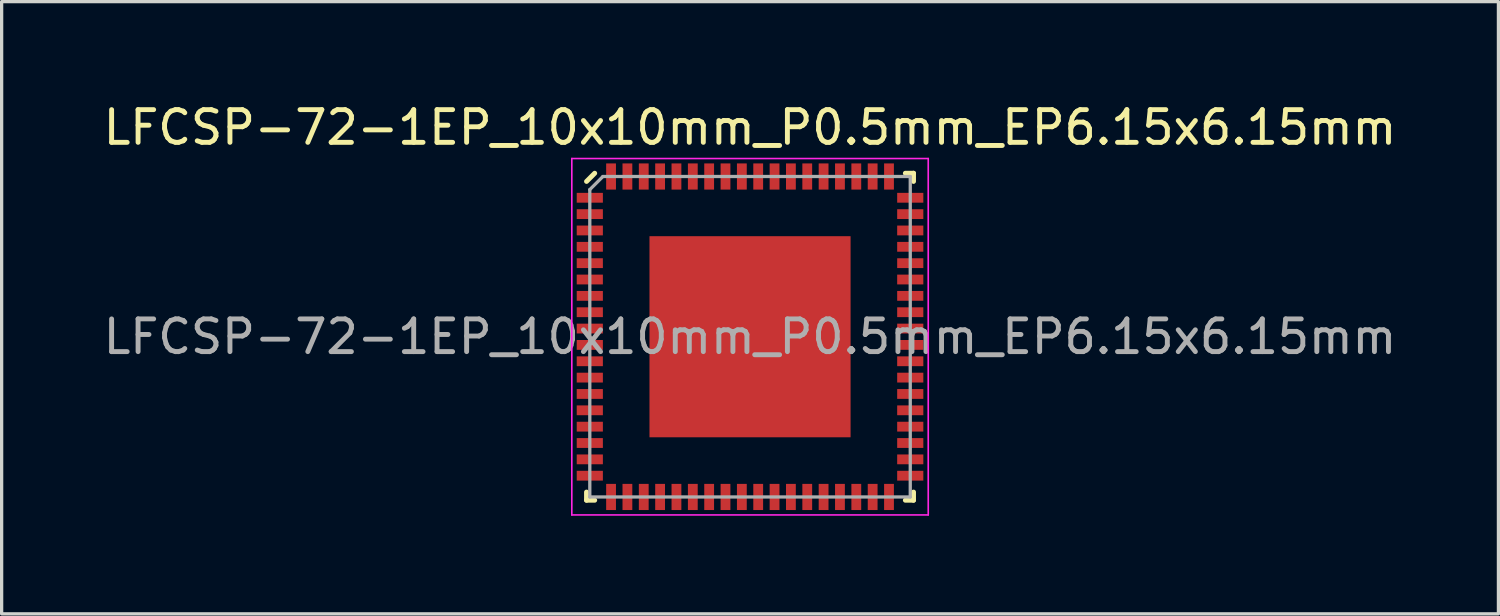
<source format=kicad_pcb>
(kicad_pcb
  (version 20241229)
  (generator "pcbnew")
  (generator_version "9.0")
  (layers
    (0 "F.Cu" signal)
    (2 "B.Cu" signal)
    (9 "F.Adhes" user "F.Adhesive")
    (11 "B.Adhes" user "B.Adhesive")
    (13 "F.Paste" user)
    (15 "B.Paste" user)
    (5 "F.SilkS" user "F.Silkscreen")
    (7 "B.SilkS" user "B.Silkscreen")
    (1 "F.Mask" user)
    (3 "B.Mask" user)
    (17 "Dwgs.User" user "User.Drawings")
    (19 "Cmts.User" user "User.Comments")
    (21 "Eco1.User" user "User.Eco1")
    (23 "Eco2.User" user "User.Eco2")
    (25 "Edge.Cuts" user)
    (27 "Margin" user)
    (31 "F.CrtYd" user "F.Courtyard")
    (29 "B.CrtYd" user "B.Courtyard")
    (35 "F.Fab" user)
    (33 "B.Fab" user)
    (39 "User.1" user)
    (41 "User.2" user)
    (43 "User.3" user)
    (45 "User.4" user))
  (footprint "LFCSP-72-1EP_10x10mm_P0.5mm_EP6.15x6.15mm"
    (layer "F.Cu")
    (at 19.887 7.248)
    (property "Reference" "LFCSP-72-1EP_10x10mm_P0.5mm_EP6.15x6.15mm" (at 0 -6.4 0) (layer "F.SilkS") (effects (font (size 1 1) (thickness 0.15))))
    (attr smd)
    (fp_line (start -5 -4.75) (end -4.75 -5) (stroke (width 0.15) (type solid)) (layer "F.SilkS"))
    (fp_line (start -5 5) (end -5 4.75) (stroke (width 0.15) (type solid)) (layer "F.SilkS"))
    (fp_line (start -4.75 5) (end -5 5) (stroke (width 0.15) (type solid)) (layer "F.SilkS"))
    (fp_line (start 4.75 -5) (end 5 -5) (stroke (width 0.15) (type solid)) (layer "F.SilkS"))
    (fp_line (start 4.75 5) (end 5 5) (stroke (width 0.15) (type solid)) (layer "F.SilkS"))
    (fp_line (start 5 -5) (end 5 -4.75) (stroke (width 0.15) (type solid)) (layer "F.SilkS"))
    (fp_line (start 5 5) (end 5 4.75) (stroke (width 0.15) (type solid)) (layer "F.SilkS"))
    (fp_line (start -5.45 -5.45) (end 5.45 -5.45) (stroke (width 0.05) (type solid)) (layer "F.CrtYd"))
    (fp_line (start -5.45 5.45) (end -5.45 -5.45) (stroke (width 0.05) (type solid)) (layer "F.CrtYd"))
    (fp_line (start 5.45 -5.45) (end 5.45 5.45) (stroke (width 0.05) (type solid)) (layer "F.CrtYd"))
    (fp_line (start 5.45 5.45) (end -5.45 5.45) (stroke (width 0.05) (type solid)) (layer "F.CrtYd"))
    (fp_line (start -4.9 -4.5) (end -4.5 -4.9) (stroke (width 0.1) (type solid)) (layer "F.Fab"))
    (fp_line (start -4.9 4.9) (end -4.9 -4.5) (stroke (width 0.1) (type solid)) (layer "F.Fab"))
    (fp_line (start -4.5 -4.9) (end 4.9 -4.9) (stroke (width 0.1) (type solid)) (layer "F.Fab"))
    (fp_line (start 4.9 -4.9) (end 4.9 4.9) (stroke (width 0.1) (type solid)) (layer "F.Fab"))
    (fp_line (start 4.9 4.9) (end -4.9 4.9) (stroke (width 0.1) (type solid)) (layer "F.Fab"))
    (fp_text user "${REFERENCE}" (at 0 0 0) (layer "F.Fab") (effects (font (size 1 1) (thickness 0.15))))
    (pad "" smd rect (at -1.4 -1.4) (size 2.5 2.5) (layers "F.Paste"))
    (pad "" smd rect (at -1.4 1.4) (size 2.5 2.5) (layers "F.Paste"))
    (pad "" smd rect (at 1.4 -1.4) (size 2.5 2.5) (layers "F.Paste"))
    (pad "" smd rect (at 1.4 1.4) (size 2.5 2.5) (layers "F.Paste"))
    (pad "1" smd rect (at -4.9 -4.25 90) (size 0.3 0.8) (layers "F.Cu" "F.Mask" "F.Paste"))
    (pad "2" smd rect (at -4.9 -3.75 90) (size 0.3 0.8) (layers "F.Cu" "F.Mask" "F.Paste"))
    (pad "3" smd rect (at -4.9 -3.25 90) (size 0.3 0.8) (layers "F.Cu" "F.Mask" "F.Paste"))
    (pad "4" smd rect (at -4.9 -2.75 90) (size 0.3 0.8) (layers "F.Cu" "F.Mask" "F.Paste"))
    (pad "5" smd rect (at -4.9 -2.25 90) (size 0.3 0.8) (layers "F.Cu" "F.Mask" "F.Paste"))
    (pad "6" smd rect (at -4.9 -1.75 90) (size 0.3 0.8) (layers "F.Cu" "F.Mask" "F.Paste"))
    (pad "7" smd rect (at -4.9 -1.25 90) (size 0.3 0.8) (layers "F.Cu" "F.Mask" "F.Paste"))
    (pad "8" smd rect (at -4.9 -0.75 90) (size 0.3 0.8) (layers "F.Cu" "F.Mask" "F.Paste"))
    (pad "9" smd rect (at -4.9 -0.25 90) (size 0.3 0.8) (layers "F.Cu" "F.Mask" "F.Paste"))
    (pad "10" smd rect (at -4.9 0.25 90) (size 0.3 0.8) (layers "F.Cu" "F.Mask" "F.Paste"))
    (pad "11" smd rect (at -4.9 0.75 90) (size 0.3 0.8) (layers "F.Cu" "F.Mask" "F.Paste"))
    (pad "12" smd rect (at -4.9 1.25 90) (size 0.3 0.8) (layers "F.Cu" "F.Mask" "F.Paste"))
    (pad "13" smd rect (at -4.9 1.75 90) (size 0.3 0.8) (layers "F.Cu" "F.Mask" "F.Paste"))
    (pad "14" smd rect (at -4.9 2.25 90) (size 0.3 0.8) (layers "F.Cu" "F.Mask" "F.Paste"))
    (pad "15" smd rect (at -4.9 2.75 90) (size 0.3 0.8) (layers "F.Cu" "F.Mask" "F.Paste"))
    (pad "16" smd rect (at -4.9 3.25 90) (size 0.3 0.8) (layers "F.Cu" "F.Mask" "F.Paste"))
    (pad "17" smd rect (at -4.9 3.75 90) (size 0.3 0.8) (layers "F.Cu" "F.Mask" "F.Paste"))
    (pad "18" smd rect (at -4.9 4.25 90) (size 0.3 0.8) (layers "F.Cu" "F.Mask" "F.Paste"))
    (pad "19" smd rect (at -4.25 4.9) (size 0.3 0.8) (layers "F.Cu" "F.Mask" "F.Paste"))
    (pad "20" smd rect (at -3.75 4.9) (size 0.3 0.8) (layers "F.Cu" "F.Mask" "F.Paste"))
    (pad "21" smd rect (at -3.25 4.9) (size 0.3 0.8) (layers "F.Cu" "F.Mask" "F.Paste"))
    (pad "22" smd rect (at -2.75 4.9) (size 0.3 0.8) (layers "F.Cu" "F.Mask" "F.Paste"))
    (pad "23" smd rect (at -2.25 4.9) (size 0.3 0.8) (layers "F.Cu" "F.Mask" "F.Paste"))
    (pad "24" smd rect (at -1.75 4.9) (size 0.3 0.8) (layers "F.Cu" "F.Mask" "F.Paste"))
    (pad "25" smd rect (at -1.25 4.9) (size 0.3 0.8) (layers "F.Cu" "F.Mask" "F.Paste"))
    (pad "26" smd rect (at -0.75 4.9) (size 0.3 0.8) (layers "F.Cu" "F.Mask" "F.Paste"))
    (pad "27" smd rect (at -0.25 4.9) (size 0.3 0.8) (layers "F.Cu" "F.Mask" "F.Paste"))
    (pad "28" smd rect (at 0.25 4.9) (size 0.3 0.8) (layers "F.Cu" "F.Mask" "F.Paste"))
    (pad "29" smd rect (at 0.75 4.9) (size 0.3 0.8) (layers "F.Cu" "F.Mask" "F.Paste"))
    (pad "30" smd rect (at 1.25 4.9) (size 0.3 0.8) (layers "F.Cu" "F.Mask" "F.Paste"))
    (pad "31" smd rect (at 1.75 4.9) (size 0.3 0.8) (layers "F.Cu" "F.Mask" "F.Paste"))
    (pad "32" smd rect (at 2.25 4.9) (size 0.3 0.8) (layers "F.Cu" "F.Mask" "F.Paste"))
    (pad "33" smd rect (at 2.75 4.9) (size 0.3 0.8) (layers "F.Cu" "F.Mask" "F.Paste"))
    (pad "34" smd rect (at 3.25 4.9) (size 0.3 0.8) (layers "F.Cu" "F.Mask" "F.Paste"))
    (pad "35" smd rect (at 3.75 4.9) (size 0.3 0.8) (layers "F.Cu" "F.Mask" "F.Paste"))
    (pad "36" smd rect (at 4.25 4.9) (size 0.3 0.8) (layers "F.Cu" "F.Mask" "F.Paste"))
    (pad "37" smd rect (at 4.9 4.25 90) (size 0.3 0.8) (layers "F.Cu" "F.Mask" "F.Paste"))
    (pad "38" smd rect (at 4.9 3.75 90) (size 0.3 0.8) (layers "F.Cu" "F.Mask" "F.Paste"))
    (pad "39" smd rect (at 4.9 3.25 90) (size 0.3 0.8) (layers "F.Cu" "F.Mask" "F.Paste"))
    (pad "40" smd rect (at 4.9 2.75 90) (size 0.3 0.8) (layers "F.Cu" "F.Mask" "F.Paste"))
    (pad "41" smd rect (at 4.9 2.25 90) (size 0.3 0.8) (layers "F.Cu" "F.Mask" "F.Paste"))
    (pad "42" smd rect (at 4.9 1.75 90) (size 0.3 0.8) (layers "F.Cu" "F.Mask" "F.Paste"))
    (pad "43" smd rect (at 4.9 1.25 90) (size 0.3 0.8) (layers "F.Cu" "F.Mask" "F.Paste"))
    (pad "44" smd rect (at 4.9 0.75 90) (size 0.3 0.8) (layers "F.Cu" "F.Mask" "F.Paste"))
    (pad "45" smd rect (at 4.9 0.25 90) (size 0.3 0.8) (layers "F.Cu" "F.Mask" "F.Paste"))
    (pad "46" smd rect (at 4.9 -0.25 90) (size 0.3 0.8) (layers "F.Cu" "F.Mask" "F.Paste"))
    (pad "47" smd rect (at 4.9 -0.75 90) (size 0.3 0.8) (layers "F.Cu" "F.Mask" "F.Paste"))
    (pad "48" smd rect (at 4.9 -1.25 90) (size 0.3 0.8) (layers "F.Cu" "F.Mask" "F.Paste"))
    (pad "49" smd rect (at 4.9 -1.75 90) (size 0.3 0.8) (layers "F.Cu" "F.Mask" "F.Paste"))
    (pad "50" smd rect (at 4.9 -2.25 90) (size 0.3 0.8) (layers "F.Cu" "F.Mask" "F.Paste"))
    (pad "51" smd rect (at 4.9 -2.75 90) (size 0.3 0.8) (layers "F.Cu" "F.Mask" "F.Paste"))
    (pad "52" smd rect (at 4.9 -3.25 90) (size 0.3 0.8) (layers "F.Cu" "F.Mask" "F.Paste"))
    (pad "53" smd rect (at 4.9 -3.75 90) (size 0.3 0.8) (layers "F.Cu" "F.Mask" "F.Paste"))
    (pad "54" smd rect (at 4.9 -4.25 90) (size 0.3 0.8) (layers "F.Cu" "F.Mask" "F.Paste"))
    (pad "55" smd rect (at 4.25 -4.9) (size 0.3 0.8) (layers "F.Cu" "F.Mask" "F.Paste"))
    (pad "56" smd rect (at 3.75 -4.9) (size 0.3 0.8) (layers "F.Cu" "F.Mask" "F.Paste"))
    (pad "57" smd rect (at 3.25 -4.9) (size 0.3 0.8) (layers "F.Cu" "F.Mask" "F.Paste"))
    (pad "58" smd rect (at 2.75 -4.9) (size 0.3 0.8) (layers "F.Cu" "F.Mask" "F.Paste"))
    (pad "59" smd rect (at 2.25 -4.9) (size 0.3 0.8) (layers "F.Cu" "F.Mask" "F.Paste"))
    (pad "60" smd rect (at 1.75 -4.9) (size 0.3 0.8) (layers "F.Cu" "F.Mask" "F.Paste"))
    (pad "61" smd rect (at 1.25 -4.9) (size 0.3 0.8) (layers "F.Cu" "F.Mask" "F.Paste"))
    (pad "62" smd rect (at 0.75 -4.9) (size 0.3 0.8) (layers "F.Cu" "F.Mask" "F.Paste"))
    (pad "63" smd rect (at 0.25 -4.9) (size 0.3 0.8) (layers "F.Cu" "F.Mask" "F.Paste"))
    (pad "64" smd rect (at -0.25 -4.9) (size 0.3 0.8) (layers "F.Cu" "F.Mask" "F.Paste"))
    (pad "65" smd rect (at -0.75 -4.9) (size 0.3 0.8) (layers "F.Cu" "F.Mask" "F.Paste"))
    (pad "66" smd rect (at -1.25 -4.9) (size 0.3 0.8) (layers "F.Cu" "F.Mask" "F.Paste"))
    (pad "67" smd rect (at -1.75 -4.9) (size 0.3 0.8) (layers "F.Cu" "F.Mask" "F.Paste"))
    (pad "68" smd rect (at -2.25 -4.9) (size 0.3 0.8) (layers "F.Cu" "F.Mask" "F.Paste"))
    (pad "69" smd rect (at -2.75 -4.9) (size 0.3 0.8) (layers "F.Cu" "F.Mask" "F.Paste"))
    (pad "70" smd rect (at -3.25 -4.9) (size 0.3 0.8) (layers "F.Cu" "F.Mask" "F.Paste"))
    (pad "71" smd rect (at -3.75 -4.9) (size 0.3 0.8) (layers "F.Cu" "F.Mask" "F.Paste"))
    (pad "72" smd rect (at -4.25 -4.9) (size 0.3 0.8) (layers "F.Cu" "F.Mask" "F.Paste"))
    (pad "73" smd rect (at 0 0) (size 6.15 6.15) (layers "F.Cu" "F.Mask")))
  (gr_rect
    (start -3 -3)
    (end 42.774 15.723)
    (stroke (width 0.1) (type default))
    (fill no)
    (layer "Edge.Cuts")))
</source>
